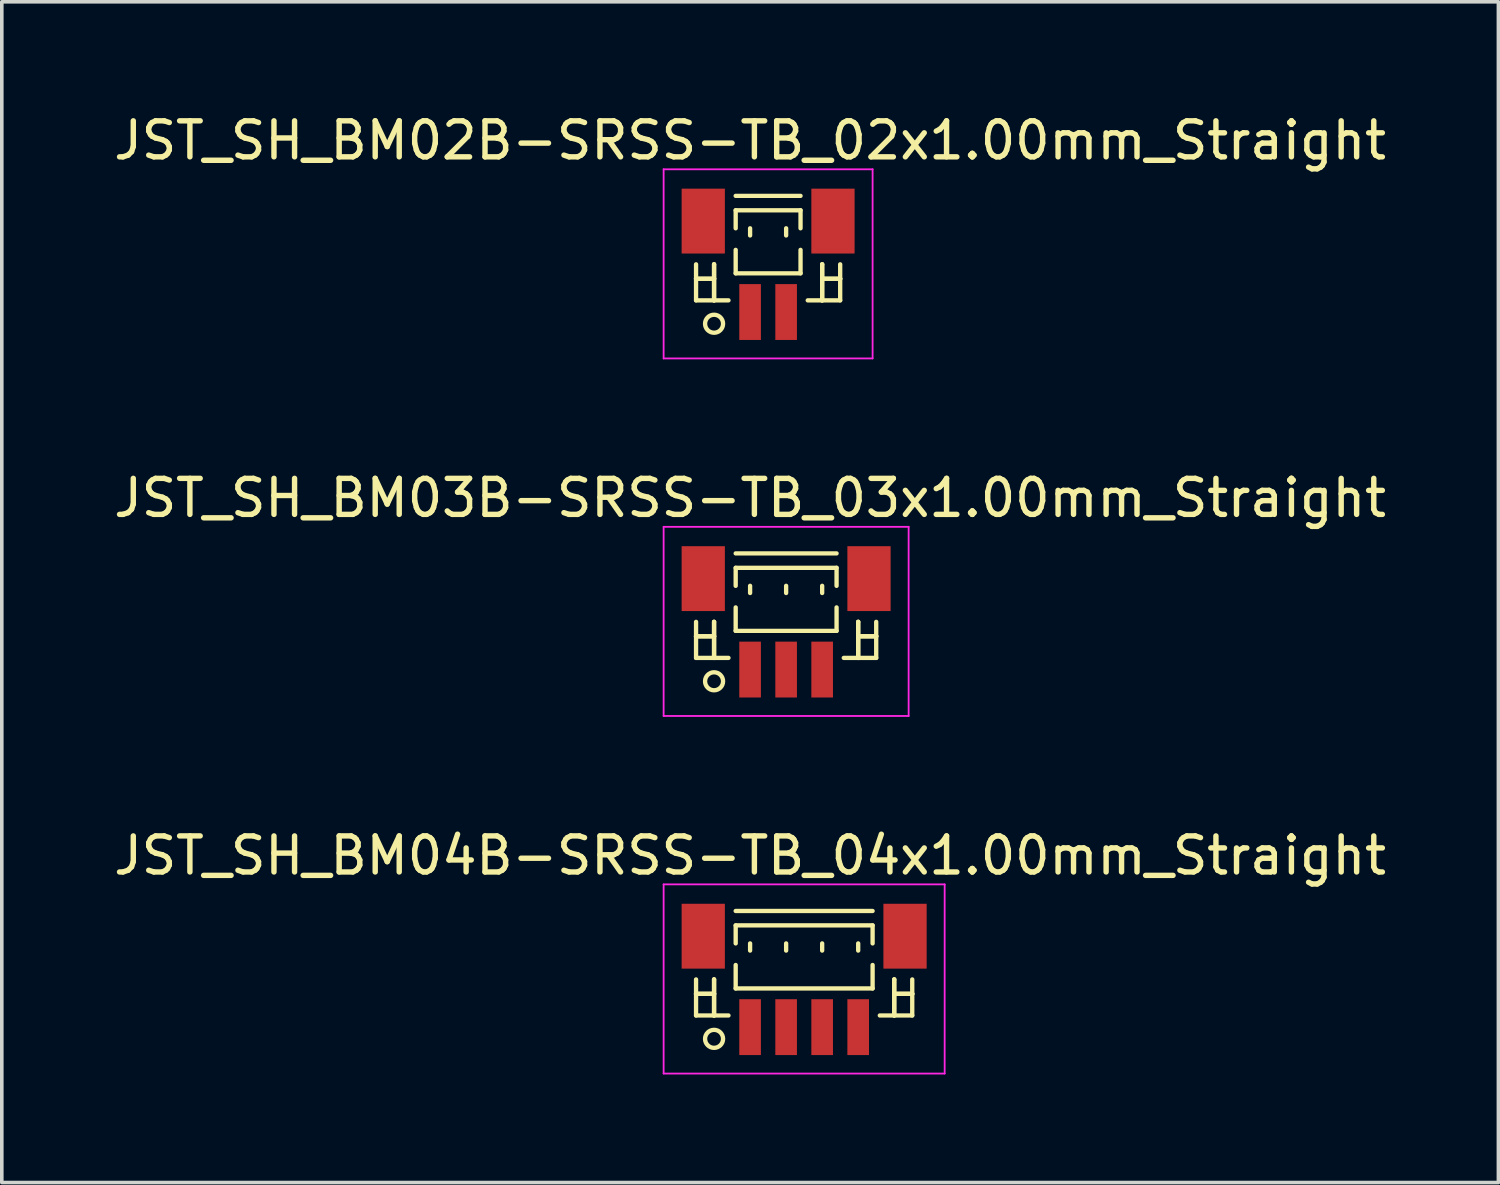
<source format=kicad_pcb>
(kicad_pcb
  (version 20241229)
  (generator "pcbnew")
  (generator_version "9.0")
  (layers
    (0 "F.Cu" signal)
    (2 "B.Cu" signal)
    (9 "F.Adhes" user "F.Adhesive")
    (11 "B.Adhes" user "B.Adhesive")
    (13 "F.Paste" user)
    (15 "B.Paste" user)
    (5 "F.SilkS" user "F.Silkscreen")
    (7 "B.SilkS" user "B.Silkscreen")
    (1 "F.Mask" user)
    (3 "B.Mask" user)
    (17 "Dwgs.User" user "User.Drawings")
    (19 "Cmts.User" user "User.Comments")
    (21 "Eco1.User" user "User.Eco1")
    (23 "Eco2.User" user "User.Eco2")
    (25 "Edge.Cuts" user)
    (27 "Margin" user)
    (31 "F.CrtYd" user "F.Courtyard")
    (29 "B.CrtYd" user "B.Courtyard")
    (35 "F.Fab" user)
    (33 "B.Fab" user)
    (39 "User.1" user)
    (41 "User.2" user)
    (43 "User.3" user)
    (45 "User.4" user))
  (footprint "JST_SH_BM03B-SRSS-TB_03x1.00mm_Straight"
    (layer "F.Cu")
    (at 18.768 14.271)
    (property "Reference" "JST_SH_BM03B-SRSS-TB_03x1.00mm_Straight" (at -1 -3.5 0) (layer "F.SilkS") (effects (font (size 1 1) (thickness 0.15))))
    (attr smd)
    (fp_line (start -2.5 -0.062) (end -2.5 0.938) (stroke (width 0.12) (type solid)) (layer "F.SilkS"))
    (fp_line (start -2.5 0.338) (end -2.5 0.338) (stroke (width 0.12) (type solid)) (layer "F.SilkS"))
    (fp_line (start -2.5 0.338) (end -2 0.338) (stroke (width 0.12) (type solid)) (layer "F.SilkS"))
    (fp_line (start -2.5 0.938) (end -1.6 0.938) (stroke (width 0.12) (type solid)) (layer "F.SilkS"))
    (fp_line (start -2 -0.062) (end -2 -0.062) (stroke (width 0.12) (type solid)) (layer "F.SilkS"))
    (fp_line (start -2 -0.062) (end -2 0.938) (stroke (width 0.12) (type solid)) (layer "F.SilkS"))
    (fp_line (start -2 0.338) (end -2.5 0.338) (stroke (width 0.12) (type solid)) (layer "F.SilkS"))
    (fp_line (start -2 0.338) (end -2 0.338) (stroke (width 0.12) (type solid)) (layer "F.SilkS"))
    (fp_line (start -2 0.938) (end -2 -0.062) (stroke (width 0.12) (type solid)) (layer "F.SilkS"))
    (fp_line (start -2 0.938) (end -2 0.938) (stroke (width 0.12) (type solid)) (layer "F.SilkS"))
    (fp_line (start -1.4 -1.962) (end 1.4 -1.962) (stroke (width 0.12) (type solid)) (layer "F.SilkS"))
    (fp_line (start -1.4 -1.562) (end 1.4 -1.562) (stroke (width 0.12) (type solid)) (layer "F.SilkS"))
    (fp_line (start -1.4 -1.062) (end -1.4 -1.562) (stroke (width 0.12) (type solid)) (layer "F.SilkS"))
    (fp_line (start -1.4 -0.463) (end -1.4 0.188) (stroke (width 0.12) (type solid)) (layer "F.SilkS"))
    (fp_line (start -1.4 0.188) (end 1.4 0.188) (stroke (width 0.12) (type solid)) (layer "F.SilkS"))
    (fp_line (start -1 -1.062) (end -1 -0.863) (stroke (width 0.12) (type solid)) (layer "F.SilkS"))
    (fp_line (start 0 -1.062) (end 0 -0.863) (stroke (width 0.12) (type solid)) (layer "F.SilkS"))
    (fp_line (start 1 -1.062) (end 1 -0.863) (stroke (width 0.12) (type solid)) (layer "F.SilkS"))
    (fp_line (start 1.4 -1.562) (end 1.4 -1.062) (stroke (width 0.12) (type solid)) (layer "F.SilkS"))
    (fp_line (start 1.4 0.188) (end 1.4 -0.463) (stroke (width 0.12) (type solid)) (layer "F.SilkS"))
    (fp_line (start 2 -0.062) (end 2 -0.062) (stroke (width 0.12) (type solid)) (layer "F.SilkS"))
    (fp_line (start 2 -0.062) (end 2 0.938) (stroke (width 0.12) (type solid)) (layer "F.SilkS"))
    (fp_line (start 2 0.338) (end 2 0.338) (stroke (width 0.12) (type solid)) (layer "F.SilkS"))
    (fp_line (start 2 0.338) (end 2.5 0.338) (stroke (width 0.12) (type solid)) (layer "F.SilkS"))
    (fp_line (start 2 0.938) (end 2 -0.062) (stroke (width 0.12) (type solid)) (layer "F.SilkS"))
    (fp_line (start 2 0.938) (end 2 0.938) (stroke (width 0.12) (type solid)) (layer "F.SilkS"))
    (fp_line (start 2.5 -0.062) (end 2.5 0.938) (stroke (width 0.12) (type solid)) (layer "F.SilkS"))
    (fp_line (start 2.5 0.338) (end 2 0.338) (stroke (width 0.12) (type solid)) (layer "F.SilkS"))
    (fp_line (start 2.5 0.338) (end 2.5 0.338) (stroke (width 0.12) (type solid)) (layer "F.SilkS"))
    (fp_line (start 2.5 0.938) (end 1.6 0.938) (stroke (width 0.12) (type solid)) (layer "F.SilkS"))
    (fp_circle (center -2 1.587) (end -1.75 1.587) (stroke (width 0.12) (type solid)) (fill no) (layer "F.SilkS"))
    (fp_line (start -3.4 -2.7) (end 3.4 -2.7) (stroke (width 0.05) (type solid)) (layer "F.CrtYd"))
    (fp_line (start -3.4 2.55) (end -3.4 -2.7) (stroke (width 0.05) (type solid)) (layer "F.CrtYd"))
    (fp_line (start 3.4 -2.7) (end 3.4 2.55) (stroke (width 0.05) (type solid)) (layer "F.CrtYd"))
    (fp_line (start 3.4 2.55) (end -3.4 2.55) (stroke (width 0.05) (type solid)) (layer "F.CrtYd"))
    (pad "" smd rect (at -2.3 -1.262) (size 1.2 1.8) (layers "F.Cu" "F.Mask" "F.Paste"))
    (pad "" smd rect (at 2.3 -1.262) (size 1.2 1.8) (layers "F.Cu" "F.Mask" "F.Paste"))
    (pad "1" smd rect (at -1 1.262) (size 0.6 1.55) (layers "F.Cu" "F.Mask" "F.Paste"))
    (pad "2" smd rect (at 0 1.262) (size 0.6 1.55) (layers "F.Cu" "F.Mask" "F.Paste"))
    (pad "3" smd rect (at 1 1.262) (size 0.6 1.55) (layers "F.Cu" "F.Mask" "F.Paste")))
  (footprint "JST_SH_BM04B-SRSS-TB_04x1.00mm_Straight"
    (layer "F.Cu")
    (at 19.268 24.195)
    (property "Reference" "JST_SH_BM04B-SRSS-TB_04x1.00mm_Straight" (at -1.5 -3.5 0) (layer "F.SilkS") (effects (font (size 1 1) (thickness 0.15))))
    (attr smd)
    (fp_line (start -3 -0.062) (end -3 0.938) (stroke (width 0.12) (type solid)) (layer "F.SilkS"))
    (fp_line (start -3 0.338) (end -3 0.338) (stroke (width 0.12) (type solid)) (layer "F.SilkS"))
    (fp_line (start -3 0.338) (end -2.5 0.338) (stroke (width 0.12) (type solid)) (layer "F.SilkS"))
    (fp_line (start -3 0.938) (end -2.1 0.938) (stroke (width 0.12) (type solid)) (layer "F.SilkS"))
    (fp_line (start -2.5 -0.062) (end -2.5 -0.062) (stroke (width 0.12) (type solid)) (layer "F.SilkS"))
    (fp_line (start -2.5 -0.062) (end -2.5 0.938) (stroke (width 0.12) (type solid)) (layer "F.SilkS"))
    (fp_line (start -2.5 0.338) (end -3 0.338) (stroke (width 0.12) (type solid)) (layer "F.SilkS"))
    (fp_line (start -2.5 0.338) (end -2.5 0.338) (stroke (width 0.12) (type solid)) (layer "F.SilkS"))
    (fp_line (start -2.5 0.938) (end -2.5 -0.062) (stroke (width 0.12) (type solid)) (layer "F.SilkS"))
    (fp_line (start -2.5 0.938) (end -2.5 0.938) (stroke (width 0.12) (type solid)) (layer "F.SilkS"))
    (fp_line (start -1.9 -1.962) (end 1.9 -1.962) (stroke (width 0.12) (type solid)) (layer "F.SilkS"))
    (fp_line (start -1.9 -1.562) (end 1.9 -1.562) (stroke (width 0.12) (type solid)) (layer "F.SilkS"))
    (fp_line (start -1.9 -1.062) (end -1.9 -1.562) (stroke (width 0.12) (type solid)) (layer "F.SilkS"))
    (fp_line (start -1.9 -0.463) (end -1.9 0.188) (stroke (width 0.12) (type solid)) (layer "F.SilkS"))
    (fp_line (start -1.9 0.188) (end 1.9 0.188) (stroke (width 0.12) (type solid)) (layer "F.SilkS"))
    (fp_line (start -1.5 -1.062) (end -1.5 -0.863) (stroke (width 0.12) (type solid)) (layer "F.SilkS"))
    (fp_line (start -0.5 -1.062) (end -0.5 -0.863) (stroke (width 0.12) (type solid)) (layer "F.SilkS"))
    (fp_line (start 0.5 -1.062) (end 0.5 -0.863) (stroke (width 0.12) (type solid)) (layer "F.SilkS"))
    (fp_line (start 1.5 -1.062) (end 1.5 -0.863) (stroke (width 0.12) (type solid)) (layer "F.SilkS"))
    (fp_line (start 1.9 -1.562) (end 1.9 -1.062) (stroke (width 0.12) (type solid)) (layer "F.SilkS"))
    (fp_line (start 1.9 0.188) (end 1.9 -0.463) (stroke (width 0.12) (type solid)) (layer "F.SilkS"))
    (fp_line (start 2.5 -0.062) (end 2.5 -0.062) (stroke (width 0.12) (type solid)) (layer "F.SilkS"))
    (fp_line (start 2.5 -0.062) (end 2.5 0.938) (stroke (width 0.12) (type solid)) (layer "F.SilkS"))
    (fp_line (start 2.5 0.338) (end 2.5 0.338) (stroke (width 0.12) (type solid)) (layer "F.SilkS"))
    (fp_line (start 2.5 0.338) (end 3 0.338) (stroke (width 0.12) (type solid)) (layer "F.SilkS"))
    (fp_line (start 2.5 0.938) (end 2.5 -0.062) (stroke (width 0.12) (type solid)) (layer "F.SilkS"))
    (fp_line (start 2.5 0.938) (end 2.5 0.938) (stroke (width 0.12) (type solid)) (layer "F.SilkS"))
    (fp_line (start 3 -0.062) (end 3 0.938) (stroke (width 0.12) (type solid)) (layer "F.SilkS"))
    (fp_line (start 3 0.338) (end 2.5 0.338) (stroke (width 0.12) (type solid)) (layer "F.SilkS"))
    (fp_line (start 3 0.338) (end 3 0.338) (stroke (width 0.12) (type solid)) (layer "F.SilkS"))
    (fp_line (start 3 0.938) (end 2.1 0.938) (stroke (width 0.12) (type solid)) (layer "F.SilkS"))
    (fp_circle (center -2.5 1.587) (end -2.25 1.587) (stroke (width 0.12) (type solid)) (fill no) (layer "F.SilkS"))
    (fp_line (start -3.9 -2.7) (end 3.9 -2.7) (stroke (width 0.05) (type solid)) (layer "F.CrtYd"))
    (fp_line (start -3.9 2.55) (end -3.9 -2.7) (stroke (width 0.05) (type solid)) (layer "F.CrtYd"))
    (fp_line (start 3.9 -2.7) (end 3.9 2.55) (stroke (width 0.05) (type solid)) (layer "F.CrtYd"))
    (fp_line (start 3.9 2.55) (end -3.9 2.55) (stroke (width 0.05) (type solid)) (layer "F.CrtYd"))
    (pad "" smd rect (at -2.8 -1.262) (size 1.2 1.8) (layers "F.Cu" "F.Mask" "F.Paste"))
    (pad "" smd rect (at 2.8 -1.262) (size 1.2 1.8) (layers "F.Cu" "F.Mask" "F.Paste"))
    (pad "1" smd rect (at -1.5 1.262) (size 0.6 1.55) (layers "F.Cu" "F.Mask" "F.Paste"))
    (pad "2" smd rect (at -0.5 1.262) (size 0.6 1.55) (layers "F.Cu" "F.Mask" "F.Paste"))
    (pad "3" smd rect (at 0.5 1.262) (size 0.6 1.55) (layers "F.Cu" "F.Mask" "F.Paste"))
    (pad "4" smd rect (at 1.5 1.262) (size 0.6 1.55) (layers "F.Cu" "F.Mask" "F.Paste")))
  (footprint "JST_SH_BM02B-SRSS-TB_02x1.00mm_Straight"
    (layer "F.Cu")
    (at 18.268 4.348)
    (property "Reference" "JST_SH_BM02B-SRSS-TB_02x1.00mm_Straight" (at -0.5 -3.5 0) (layer "F.SilkS") (effects (font (size 1 1) (thickness 0.15))))
    (attr smd)
    (fp_line (start -2 -0.062) (end -2 0.938) (stroke (width 0.12) (type solid)) (layer "F.SilkS"))
    (fp_line (start -2 0.338) (end -2 0.338) (stroke (width 0.12) (type solid)) (layer "F.SilkS"))
    (fp_line (start -2 0.338) (end -1.5 0.338) (stroke (width 0.12) (type solid)) (layer "F.SilkS"))
    (fp_line (start -2 0.938) (end -1.1 0.938) (stroke (width 0.12) (type solid)) (layer "F.SilkS"))
    (fp_line (start -1.5 -0.062) (end -1.5 -0.062) (stroke (width 0.12) (type solid)) (layer "F.SilkS"))
    (fp_line (start -1.5 -0.062) (end -1.5 0.938) (stroke (width 0.12) (type solid)) (layer "F.SilkS"))
    (fp_line (start -1.5 0.338) (end -2 0.338) (stroke (width 0.12) (type solid)) (layer "F.SilkS"))
    (fp_line (start -1.5 0.338) (end -1.5 0.338) (stroke (width 0.12) (type solid)) (layer "F.SilkS"))
    (fp_line (start -1.5 0.938) (end -1.5 -0.062) (stroke (width 0.12) (type solid)) (layer "F.SilkS"))
    (fp_line (start -1.5 0.938) (end -1.5 0.938) (stroke (width 0.12) (type solid)) (layer "F.SilkS"))
    (fp_line (start -0.9 -1.962) (end 0.9 -1.962) (stroke (width 0.12) (type solid)) (layer "F.SilkS"))
    (fp_line (start -0.9 -1.562) (end 0.9 -1.562) (stroke (width 0.12) (type solid)) (layer "F.SilkS"))
    (fp_line (start -0.9 -1.062) (end -0.9 -1.562) (stroke (width 0.12) (type solid)) (layer "F.SilkS"))
    (fp_line (start -0.9 -0.463) (end -0.9 0.188) (stroke (width 0.12) (type solid)) (layer "F.SilkS"))
    (fp_line (start -0.9 0.188) (end 0.9 0.188) (stroke (width 0.12) (type solid)) (layer "F.SilkS"))
    (fp_line (start -0.5 -1.062) (end -0.5 -0.863) (stroke (width 0.12) (type solid)) (layer "F.SilkS"))
    (fp_line (start 0.5 -1.062) (end 0.5 -0.863) (stroke (width 0.12) (type solid)) (layer "F.SilkS"))
    (fp_line (start 0.9 -1.562) (end 0.9 -1.062) (stroke (width 0.12) (type solid)) (layer "F.SilkS"))
    (fp_line (start 0.9 0.188) (end 0.9 -0.463) (stroke (width 0.12) (type solid)) (layer "F.SilkS"))
    (fp_line (start 1.5 -0.062) (end 1.5 -0.062) (stroke (width 0.12) (type solid)) (layer "F.SilkS"))
    (fp_line (start 1.5 -0.062) (end 1.5 0.938) (stroke (width 0.12) (type solid)) (layer "F.SilkS"))
    (fp_line (start 1.5 0.338) (end 1.5 0.338) (stroke (width 0.12) (type solid)) (layer "F.SilkS"))
    (fp_line (start 1.5 0.338) (end 2 0.338) (stroke (width 0.12) (type solid)) (layer "F.SilkS"))
    (fp_line (start 1.5 0.938) (end 1.5 -0.062) (stroke (width 0.12) (type solid)) (layer "F.SilkS"))
    (fp_line (start 1.5 0.938) (end 1.5 0.938) (stroke (width 0.12) (type solid)) (layer "F.SilkS"))
    (fp_line (start 2 -0.062) (end 2 0.938) (stroke (width 0.12) (type solid)) (layer "F.SilkS"))
    (fp_line (start 2 0.338) (end 1.5 0.338) (stroke (width 0.12) (type solid)) (layer "F.SilkS"))
    (fp_line (start 2 0.338) (end 2 0.338) (stroke (width 0.12) (type solid)) (layer "F.SilkS"))
    (fp_line (start 2 0.938) (end 1.1 0.938) (stroke (width 0.12) (type solid)) (layer "F.SilkS"))
    (fp_circle (center -1.5 1.587) (end -1.25 1.587) (stroke (width 0.12) (type solid)) (fill no) (layer "F.SilkS"))
    (fp_line (start -2.9 -2.7) (end 2.9 -2.7) (stroke (width 0.05) (type solid)) (layer "F.CrtYd"))
    (fp_line (start -2.9 2.55) (end -2.9 -2.7) (stroke (width 0.05) (type solid)) (layer "F.CrtYd"))
    (fp_line (start 2.9 -2.7) (end 2.9 2.55) (stroke (width 0.05) (type solid)) (layer "F.CrtYd"))
    (fp_line (start 2.9 2.55) (end -2.9 2.55) (stroke (width 0.05) (type solid)) (layer "F.CrtYd"))
    (pad "" smd rect (at -1.8 -1.262) (size 1.2 1.8) (layers "F.Cu" "F.Mask" "F.Paste"))
    (pad "" smd rect (at 1.8 -1.262) (size 1.2 1.8) (layers "F.Cu" "F.Mask" "F.Paste"))
    (pad "1" smd rect (at -0.5 1.262) (size 0.6 1.55) (layers "F.Cu" "F.Mask" "F.Paste"))
    (pad "2" smd rect (at 0.5 1.262) (size 0.6 1.55) (layers "F.Cu" "F.Mask" "F.Paste")))
  (gr_rect
    (start -3 -3)
    (end 38.536 29.77)
    (stroke (width 0.1) (type default))
    (fill no)
    (layer "Edge.Cuts")))
</source>
